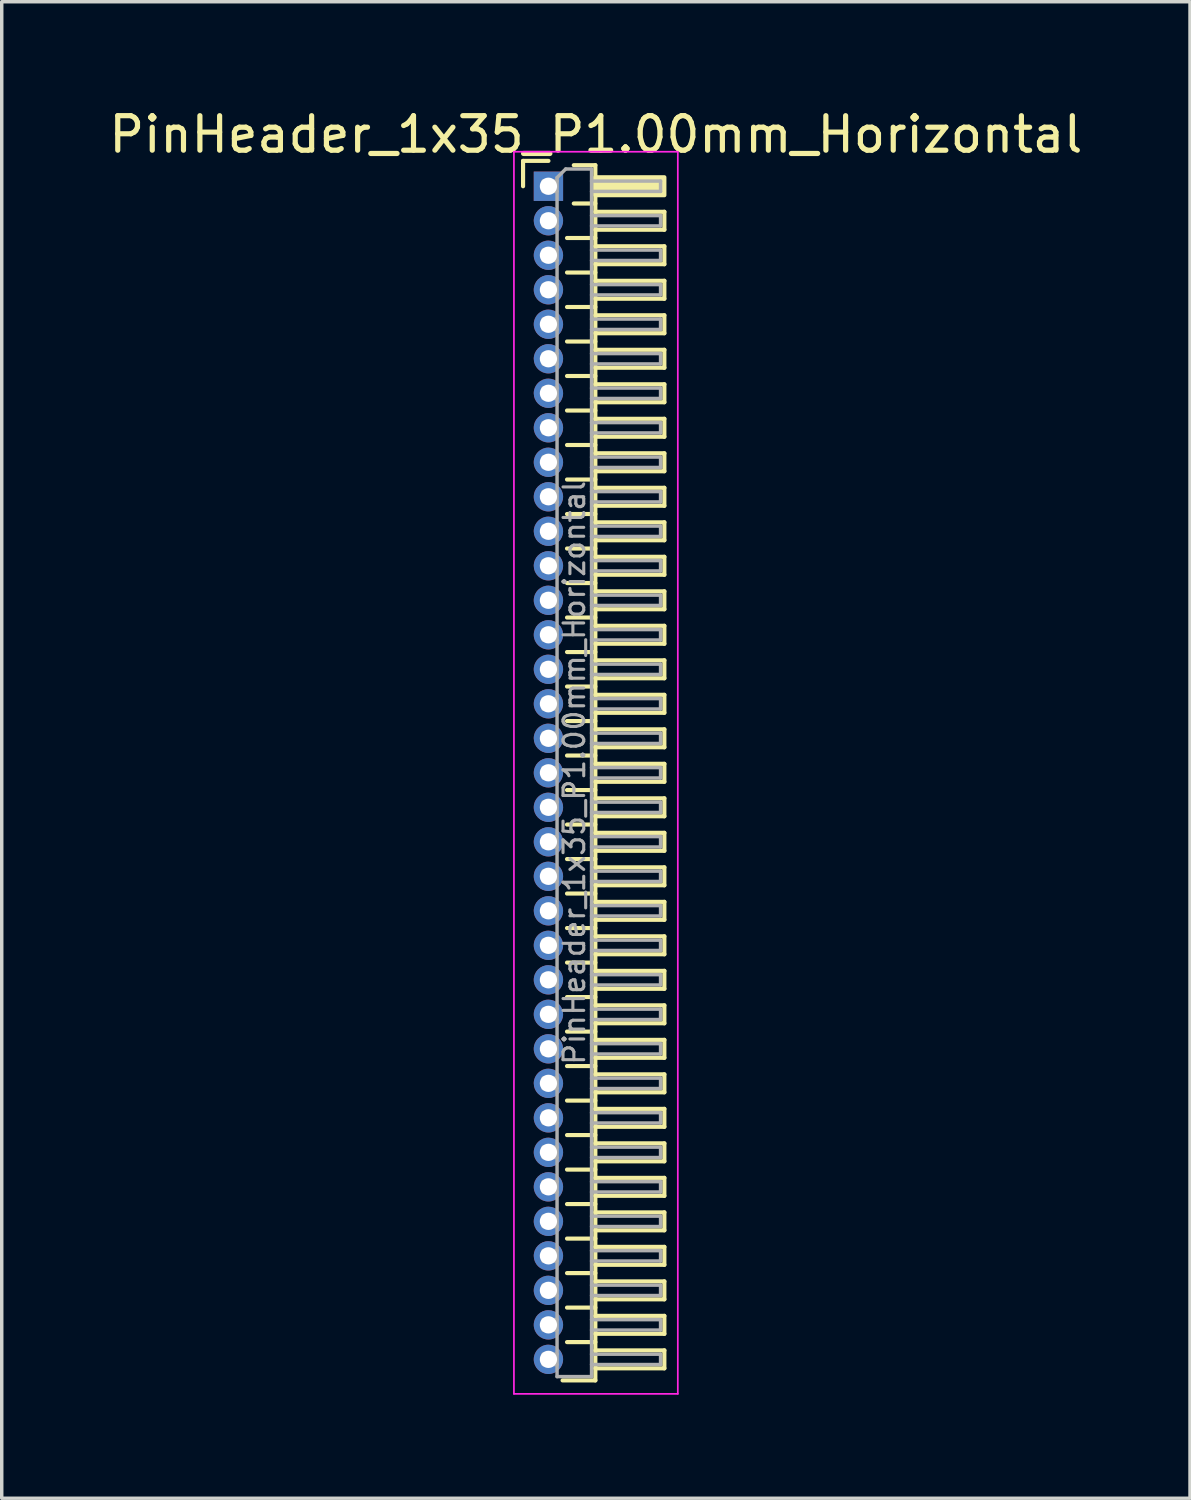
<source format=kicad_pcb>
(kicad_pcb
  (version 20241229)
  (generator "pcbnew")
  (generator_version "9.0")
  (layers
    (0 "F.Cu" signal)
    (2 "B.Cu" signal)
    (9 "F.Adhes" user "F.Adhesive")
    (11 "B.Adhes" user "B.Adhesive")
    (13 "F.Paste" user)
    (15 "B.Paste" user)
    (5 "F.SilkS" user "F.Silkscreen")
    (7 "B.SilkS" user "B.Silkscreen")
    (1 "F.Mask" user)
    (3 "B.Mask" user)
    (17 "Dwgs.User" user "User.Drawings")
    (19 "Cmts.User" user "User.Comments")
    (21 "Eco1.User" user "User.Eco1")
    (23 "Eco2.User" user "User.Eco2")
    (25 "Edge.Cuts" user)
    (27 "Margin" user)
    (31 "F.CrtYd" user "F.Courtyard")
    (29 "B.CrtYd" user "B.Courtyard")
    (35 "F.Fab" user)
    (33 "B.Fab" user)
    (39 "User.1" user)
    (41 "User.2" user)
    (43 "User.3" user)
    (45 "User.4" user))
  (footprint "PinHeader_1x35_P1.00mm_Horizontal"
    (layer "F.Cu")
    (at 12.845 2.348)
    (property "Reference" "PinHeader_1x35_P1.00mm_Horizontal" (at 1.375 -1.5 0) (layer "F.SilkS") (effects (font (size 1 1) (thickness 0.15))))
    (attr through_hole)
    (fp_line (start -0.735 -0.735) (end 0 -0.735) (stroke (width 0.12) (type solid)) (layer "F.SilkS"))
    (fp_line (start -0.735 0) (end -0.735 -0.735) (stroke (width 0.12) (type solid)) (layer "F.SilkS"))
    (fp_line (start 0.539 1.5) (end 1.36 1.5) (stroke (width 0.12) (type solid)) (layer "F.SilkS"))
    (fp_line (start 0.539 2.5) (end 1.36 2.5) (stroke (width 0.12) (type solid)) (layer "F.SilkS"))
    (fp_line (start 0.539 3.5) (end 1.36 3.5) (stroke (width 0.12) (type solid)) (layer "F.SilkS"))
    (fp_line (start 0.539 4.5) (end 1.36 4.5) (stroke (width 0.12) (type solid)) (layer "F.SilkS"))
    (fp_line (start 0.539 5.5) (end 1.36 5.5) (stroke (width 0.12) (type solid)) (layer "F.SilkS"))
    (fp_line (start 0.539 6.5) (end 1.36 6.5) (stroke (width 0.12) (type solid)) (layer "F.SilkS"))
    (fp_line (start 0.539 7.5) (end 1.36 7.5) (stroke (width 0.12) (type solid)) (layer "F.SilkS"))
    (fp_line (start 0.539 8.5) (end 1.36 8.5) (stroke (width 0.12) (type solid)) (layer "F.SilkS"))
    (fp_line (start 0.539 9.5) (end 1.36 9.5) (stroke (width 0.12) (type solid)) (layer "F.SilkS"))
    (fp_line (start 0.539 10.5) (end 1.36 10.5) (stroke (width 0.12) (type solid)) (layer "F.SilkS"))
    (fp_line (start 0.539 11.5) (end 1.36 11.5) (stroke (width 0.12) (type solid)) (layer "F.SilkS"))
    (fp_line (start 0.539 12.5) (end 1.36 12.5) (stroke (width 0.12) (type solid)) (layer "F.SilkS"))
    (fp_line (start 0.539 13.5) (end 1.36 13.5) (stroke (width 0.12) (type solid)) (layer "F.SilkS"))
    (fp_line (start 0.539 14.5) (end 1.36 14.5) (stroke (width 0.12) (type solid)) (layer "F.SilkS"))
    (fp_line (start 0.539 15.5) (end 1.36 15.5) (stroke (width 0.12) (type solid)) (layer "F.SilkS"))
    (fp_line (start 0.539 16.5) (end 1.36 16.5) (stroke (width 0.12) (type solid)) (layer "F.SilkS"))
    (fp_line (start 0.539 17.5) (end 1.36 17.5) (stroke (width 0.12) (type solid)) (layer "F.SilkS"))
    (fp_line (start 0.539 18.5) (end 1.36 18.5) (stroke (width 0.12) (type solid)) (layer "F.SilkS"))
    (fp_line (start 0.539 19.5) (end 1.36 19.5) (stroke (width 0.12) (type solid)) (layer "F.SilkS"))
    (fp_line (start 0.539 20.5) (end 1.36 20.5) (stroke (width 0.12) (type solid)) (layer "F.SilkS"))
    (fp_line (start 0.539 21.5) (end 1.36 21.5) (stroke (width 0.12) (type solid)) (layer "F.SilkS"))
    (fp_line (start 0.539 22.5) (end 1.36 22.5) (stroke (width 0.12) (type solid)) (layer "F.SilkS"))
    (fp_line (start 0.539 23.5) (end 1.36 23.5) (stroke (width 0.12) (type solid)) (layer "F.SilkS"))
    (fp_line (start 0.539 24.5) (end 1.36 24.5) (stroke (width 0.12) (type solid)) (layer "F.SilkS"))
    (fp_line (start 0.539 25.5) (end 1.36 25.5) (stroke (width 0.12) (type solid)) (layer "F.SilkS"))
    (fp_line (start 0.539 26.5) (end 1.36 26.5) (stroke (width 0.12) (type solid)) (layer "F.SilkS"))
    (fp_line (start 0.539 27.5) (end 1.36 27.5) (stroke (width 0.12) (type solid)) (layer "F.SilkS"))
    (fp_line (start 0.539 28.5) (end 1.36 28.5) (stroke (width 0.12) (type solid)) (layer "F.SilkS"))
    (fp_line (start 0.539 29.5) (end 1.36 29.5) (stroke (width 0.12) (type solid)) (layer "F.SilkS"))
    (fp_line (start 0.539 30.5) (end 1.36 30.5) (stroke (width 0.12) (type solid)) (layer "F.SilkS"))
    (fp_line (start 0.539 31.5) (end 1.36 31.5) (stroke (width 0.12) (type solid)) (layer "F.SilkS"))
    (fp_line (start 0.539 32.5) (end 1.36 32.5) (stroke (width 0.12) (type solid)) (layer "F.SilkS"))
    (fp_line (start 0.539 33.5) (end 1.36 33.5) (stroke (width 0.12) (type solid)) (layer "F.SilkS"))
    (fp_line (start 0.735 -0.61) (end 1.36 -0.61) (stroke (width 0.12) (type solid)) (layer "F.SilkS"))
    (fp_line (start 0.735 0.5) (end 1.36 0.5) (stroke (width 0.12) (type solid)) (layer "F.SilkS"))
    (fp_line (start 1.36 -0.61) (end 1.36 34.61) (stroke (width 0.12) (type solid)) (layer "F.SilkS"))
    (fp_line (start 1.36 0.74) (end 3.36 0.74) (stroke (width 0.12) (type solid)) (layer "F.SilkS"))
    (fp_line (start 1.36 1.74) (end 3.36 1.74) (stroke (width 0.12) (type solid)) (layer "F.SilkS"))
    (fp_line (start 1.36 2.74) (end 3.36 2.74) (stroke (width 0.12) (type solid)) (layer "F.SilkS"))
    (fp_line (start 1.36 3.74) (end 3.36 3.74) (stroke (width 0.12) (type solid)) (layer "F.SilkS"))
    (fp_line (start 1.36 4.74) (end 3.36 4.74) (stroke (width 0.12) (type solid)) (layer "F.SilkS"))
    (fp_line (start 1.36 5.74) (end 3.36 5.74) (stroke (width 0.12) (type solid)) (layer "F.SilkS"))
    (fp_line (start 1.36 6.74) (end 3.36 6.74) (stroke (width 0.12) (type solid)) (layer "F.SilkS"))
    (fp_line (start 1.36 7.74) (end 3.36 7.74) (stroke (width 0.12) (type solid)) (layer "F.SilkS"))
    (fp_line (start 1.36 8.74) (end 3.36 8.74) (stroke (width 0.12) (type solid)) (layer "F.SilkS"))
    (fp_line (start 1.36 9.74) (end 3.36 9.74) (stroke (width 0.12) (type solid)) (layer "F.SilkS"))
    (fp_line (start 1.36 10.74) (end 3.36 10.74) (stroke (width 0.12) (type solid)) (layer "F.SilkS"))
    (fp_line (start 1.36 11.74) (end 3.36 11.74) (stroke (width 0.12) (type solid)) (layer "F.SilkS"))
    (fp_line (start 1.36 12.74) (end 3.36 12.74) (stroke (width 0.12) (type solid)) (layer "F.SilkS"))
    (fp_line (start 1.36 13.74) (end 3.36 13.74) (stroke (width 0.12) (type solid)) (layer "F.SilkS"))
    (fp_line (start 1.36 14.74) (end 3.36 14.74) (stroke (width 0.12) (type solid)) (layer "F.SilkS"))
    (fp_line (start 1.36 15.74) (end 3.36 15.74) (stroke (width 0.12) (type solid)) (layer "F.SilkS"))
    (fp_line (start 1.36 16.74) (end 3.36 16.74) (stroke (width 0.12) (type solid)) (layer "F.SilkS"))
    (fp_line (start 1.36 17.74) (end 3.36 17.74) (stroke (width 0.12) (type solid)) (layer "F.SilkS"))
    (fp_line (start 1.36 18.74) (end 3.36 18.74) (stroke (width 0.12) (type solid)) (layer "F.SilkS"))
    (fp_line (start 1.36 19.74) (end 3.36 19.74) (stroke (width 0.12) (type solid)) (layer "F.SilkS"))
    (fp_line (start 1.36 20.74) (end 3.36 20.74) (stroke (width 0.12) (type solid)) (layer "F.SilkS"))
    (fp_line (start 1.36 21.74) (end 3.36 21.74) (stroke (width 0.12) (type solid)) (layer "F.SilkS"))
    (fp_line (start 1.36 22.74) (end 3.36 22.74) (stroke (width 0.12) (type solid)) (layer "F.SilkS"))
    (fp_line (start 1.36 23.74) (end 3.36 23.74) (stroke (width 0.12) (type solid)) (layer "F.SilkS"))
    (fp_line (start 1.36 24.74) (end 3.36 24.74) (stroke (width 0.12) (type solid)) (layer "F.SilkS"))
    (fp_line (start 1.36 25.74) (end 3.36 25.74) (stroke (width 0.12) (type solid)) (layer "F.SilkS"))
    (fp_line (start 1.36 26.74) (end 3.36 26.74) (stroke (width 0.12) (type solid)) (layer "F.SilkS"))
    (fp_line (start 1.36 27.74) (end 3.36 27.74) (stroke (width 0.12) (type solid)) (layer "F.SilkS"))
    (fp_line (start 1.36 28.74) (end 3.36 28.74) (stroke (width 0.12) (type solid)) (layer "F.SilkS"))
    (fp_line (start 1.36 29.74) (end 3.36 29.74) (stroke (width 0.12) (type solid)) (layer "F.SilkS"))
    (fp_line (start 1.36 30.74) (end 3.36 30.74) (stroke (width 0.12) (type solid)) (layer "F.SilkS"))
    (fp_line (start 1.36 31.74) (end 3.36 31.74) (stroke (width 0.12) (type solid)) (layer "F.SilkS"))
    (fp_line (start 1.36 32.74) (end 3.36 32.74) (stroke (width 0.12) (type solid)) (layer "F.SilkS"))
    (fp_line (start 1.36 33.74) (end 3.36 33.74) (stroke (width 0.12) (type solid)) (layer "F.SilkS"))
    (fp_line (start 1.36 34.61) (end 0.41 34.61) (stroke (width 0.12) (type solid)) (layer "F.SilkS"))
    (fp_line (start 3.36 0.74) (end 3.36 1.26) (stroke (width 0.12) (type solid)) (layer "F.SilkS"))
    (fp_line (start 3.36 1.26) (end 1.36 1.26) (stroke (width 0.12) (type solid)) (layer "F.SilkS"))
    (fp_line (start 3.36 1.74) (end 3.36 2.26) (stroke (width 0.12) (type solid)) (layer "F.SilkS"))
    (fp_line (start 3.36 2.26) (end 1.36 2.26) (stroke (width 0.12) (type solid)) (layer "F.SilkS"))
    (fp_line (start 3.36 2.74) (end 3.36 3.26) (stroke (width 0.12) (type solid)) (layer "F.SilkS"))
    (fp_line (start 3.36 3.26) (end 1.36 3.26) (stroke (width 0.12) (type solid)) (layer "F.SilkS"))
    (fp_line (start 3.36 3.74) (end 3.36 4.26) (stroke (width 0.12) (type solid)) (layer "F.SilkS"))
    (fp_line (start 3.36 4.26) (end 1.36 4.26) (stroke (width 0.12) (type solid)) (layer "F.SilkS"))
    (fp_line (start 3.36 4.74) (end 3.36 5.26) (stroke (width 0.12) (type solid)) (layer "F.SilkS"))
    (fp_line (start 3.36 5.26) (end 1.36 5.26) (stroke (width 0.12) (type solid)) (layer "F.SilkS"))
    (fp_line (start 3.36 5.74) (end 3.36 6.26) (stroke (width 0.12) (type solid)) (layer "F.SilkS"))
    (fp_line (start 3.36 6.26) (end 1.36 6.26) (stroke (width 0.12) (type solid)) (layer "F.SilkS"))
    (fp_line (start 3.36 6.74) (end 3.36 7.26) (stroke (width 0.12) (type solid)) (layer "F.SilkS"))
    (fp_line (start 3.36 7.26) (end 1.36 7.26) (stroke (width 0.12) (type solid)) (layer "F.SilkS"))
    (fp_line (start 3.36 7.74) (end 3.36 8.26) (stroke (width 0.12) (type solid)) (layer "F.SilkS"))
    (fp_line (start 3.36 8.26) (end 1.36 8.26) (stroke (width 0.12) (type solid)) (layer "F.SilkS"))
    (fp_line (start 3.36 8.74) (end 3.36 9.26) (stroke (width 0.12) (type solid)) (layer "F.SilkS"))
    (fp_line (start 3.36 9.26) (end 1.36 9.26) (stroke (width 0.12) (type solid)) (layer "F.SilkS"))
    (fp_line (start 3.36 9.74) (end 3.36 10.26) (stroke (width 0.12) (type solid)) (layer "F.SilkS"))
    (fp_line (start 3.36 10.26) (end 1.36 10.26) (stroke (width 0.12) (type solid)) (layer "F.SilkS"))
    (fp_line (start 3.36 10.74) (end 3.36 11.26) (stroke (width 0.12) (type solid)) (layer "F.SilkS"))
    (fp_line (start 3.36 11.26) (end 1.36 11.26) (stroke (width 0.12) (type solid)) (layer "F.SilkS"))
    (fp_line (start 3.36 11.74) (end 3.36 12.26) (stroke (width 0.12) (type solid)) (layer "F.SilkS"))
    (fp_line (start 3.36 12.26) (end 1.36 12.26) (stroke (width 0.12) (type solid)) (layer "F.SilkS"))
    (fp_line (start 3.36 12.74) (end 3.36 13.26) (stroke (width 0.12) (type solid)) (layer "F.SilkS"))
    (fp_line (start 3.36 13.26) (end 1.36 13.26) (stroke (width 0.12) (type solid)) (layer "F.SilkS"))
    (fp_line (start 3.36 13.74) (end 3.36 14.26) (stroke (width 0.12) (type solid)) (layer "F.SilkS"))
    (fp_line (start 3.36 14.26) (end 1.36 14.26) (stroke (width 0.12) (type solid)) (layer "F.SilkS"))
    (fp_line (start 3.36 14.74) (end 3.36 15.26) (stroke (width 0.12) (type solid)) (layer "F.SilkS"))
    (fp_line (start 3.36 15.26) (end 1.36 15.26) (stroke (width 0.12) (type solid)) (layer "F.SilkS"))
    (fp_line (start 3.36 15.74) (end 3.36 16.26) (stroke (width 0.12) (type solid)) (layer "F.SilkS"))
    (fp_line (start 3.36 16.26) (end 1.36 16.26) (stroke (width 0.12) (type solid)) (layer "F.SilkS"))
    (fp_line (start 3.36 16.74) (end 3.36 17.26) (stroke (width 0.12) (type solid)) (layer "F.SilkS"))
    (fp_line (start 3.36 17.26) (end 1.36 17.26) (stroke (width 0.12) (type solid)) (layer "F.SilkS"))
    (fp_line (start 3.36 17.74) (end 3.36 18.26) (stroke (width 0.12) (type solid)) (layer "F.SilkS"))
    (fp_line (start 3.36 18.26) (end 1.36 18.26) (stroke (width 0.12) (type solid)) (layer "F.SilkS"))
    (fp_line (start 3.36 18.74) (end 3.36 19.26) (stroke (width 0.12) (type solid)) (layer "F.SilkS"))
    (fp_line (start 3.36 19.26) (end 1.36 19.26) (stroke (width 0.12) (type solid)) (layer "F.SilkS"))
    (fp_line (start 3.36 19.74) (end 3.36 20.26) (stroke (width 0.12) (type solid)) (layer "F.SilkS"))
    (fp_line (start 3.36 20.26) (end 1.36 20.26) (stroke (width 0.12) (type solid)) (layer "F.SilkS"))
    (fp_line (start 3.36 20.74) (end 3.36 21.26) (stroke (width 0.12) (type solid)) (layer "F.SilkS"))
    (fp_line (start 3.36 21.26) (end 1.36 21.26) (stroke (width 0.12) (type solid)) (layer "F.SilkS"))
    (fp_line (start 3.36 21.74) (end 3.36 22.26) (stroke (width 0.12) (type solid)) (layer "F.SilkS"))
    (fp_line (start 3.36 22.26) (end 1.36 22.26) (stroke (width 0.12) (type solid)) (layer "F.SilkS"))
    (fp_line (start 3.36 22.74) (end 3.36 23.26) (stroke (width 0.12) (type solid)) (layer "F.SilkS"))
    (fp_line (start 3.36 23.26) (end 1.36 23.26) (stroke (width 0.12) (type solid)) (layer "F.SilkS"))
    (fp_line (start 3.36 23.74) (end 3.36 24.26) (stroke (width 0.12) (type solid)) (layer "F.SilkS"))
    (fp_line (start 3.36 24.26) (end 1.36 24.26) (stroke (width 0.12) (type solid)) (layer "F.SilkS"))
    (fp_line (start 3.36 24.74) (end 3.36 25.26) (stroke (width 0.12) (type solid)) (layer "F.SilkS"))
    (fp_line (start 3.36 25.26) (end 1.36 25.26) (stroke (width 0.12) (type solid)) (layer "F.SilkS"))
    (fp_line (start 3.36 25.74) (end 3.36 26.26) (stroke (width 0.12) (type solid)) (layer "F.SilkS"))
    (fp_line (start 3.36 26.26) (end 1.36 26.26) (stroke (width 0.12) (type solid)) (layer "F.SilkS"))
    (fp_line (start 3.36 26.74) (end 3.36 27.26) (stroke (width 0.12) (type solid)) (layer "F.SilkS"))
    (fp_line (start 3.36 27.26) (end 1.36 27.26) (stroke (width 0.12) (type solid)) (layer "F.SilkS"))
    (fp_line (start 3.36 27.74) (end 3.36 28.26) (stroke (width 0.12) (type solid)) (layer "F.SilkS"))
    (fp_line (start 3.36 28.26) (end 1.36 28.26) (stroke (width 0.12) (type solid)) (layer "F.SilkS"))
    (fp_line (start 3.36 28.74) (end 3.36 29.26) (stroke (width 0.12) (type solid)) (layer "F.SilkS"))
    (fp_line (start 3.36 29.26) (end 1.36 29.26) (stroke (width 0.12) (type solid)) (layer "F.SilkS"))
    (fp_line (start 3.36 29.74) (end 3.36 30.26) (stroke (width 0.12) (type solid)) (layer "F.SilkS"))
    (fp_line (start 3.36 30.26) (end 1.36 30.26) (stroke (width 0.12) (type solid)) (layer "F.SilkS"))
    (fp_line (start 3.36 30.74) (end 3.36 31.26) (stroke (width 0.12) (type solid)) (layer "F.SilkS"))
    (fp_line (start 3.36 31.26) (end 1.36 31.26) (stroke (width 0.12) (type solid)) (layer "F.SilkS"))
    (fp_line (start 3.36 31.74) (end 3.36 32.26) (stroke (width 0.12) (type solid)) (layer "F.SilkS"))
    (fp_line (start 3.36 32.26) (end 1.36 32.26) (stroke (width 0.12) (type solid)) (layer "F.SilkS"))
    (fp_line (start 3.36 32.74) (end 3.36 33.26) (stroke (width 0.12) (type solid)) (layer "F.SilkS"))
    (fp_line (start 3.36 33.26) (end 1.36 33.26) (stroke (width 0.12) (type solid)) (layer "F.SilkS"))
    (fp_line (start 3.36 33.74) (end 3.36 34.26) (stroke (width 0.12) (type solid)) (layer "F.SilkS"))
    (fp_line (start 3.36 34.26) (end 1.36 34.26) (stroke (width 0.12) (type solid)) (layer "F.SilkS"))
    (fp_rect (start 1.36 -0.26) (end 3.36 0.26) (stroke (width 0.12) (type solid)) (fill yes) (layer "F.SilkS"))
    (fp_line (start -1 -1) (end -1 35) (stroke (width 0.05) (type solid)) (layer "F.CrtYd"))
    (fp_line (start -1 35) (end 3.75 35) (stroke (width 0.05) (type solid)) (layer "F.CrtYd"))
    (fp_line (start 3.75 -1) (end -1 -1) (stroke (width 0.05) (type solid)) (layer "F.CrtYd"))
    (fp_line (start 3.75 35) (end 3.75 -1) (stroke (width 0.05) (type solid)) (layer "F.CrtYd"))
    (fp_line (start -0.15 -0.15) (end -0.15 0.15) (stroke (width 0.1) (type solid)) (layer "F.Fab"))
    (fp_line (start -0.15 -0.15) (end 0.25 -0.15) (stroke (width 0.1) (type solid)) (layer "F.Fab"))
    (fp_line (start -0.15 0.15) (end 0.25 0.15) (stroke (width 0.1) (type solid)) (layer "F.Fab"))
    (fp_line (start -0.15 0.85) (end -0.15 1.15) (stroke (width 0.1) (type solid)) (layer "F.Fab"))
    (fp_line (start -0.15 0.85) (end 0.25 0.85) (stroke (width 0.1) (type solid)) (layer "F.Fab"))
    (fp_line (start -0.15 1.15) (end 0.25 1.15) (stroke (width 0.1) (type solid)) (layer "F.Fab"))
    (fp_line (start -0.15 1.85) (end -0.15 2.15) (stroke (width 0.1) (type solid)) (layer "F.Fab"))
    (fp_line (start -0.15 1.85) (end 0.25 1.85) (stroke (width 0.1) (type solid)) (layer "F.Fab"))
    (fp_line (start -0.15 2.15) (end 0.25 2.15) (stroke (width 0.1) (type solid)) (layer "F.Fab"))
    (fp_line (start -0.15 2.85) (end -0.15 3.15) (stroke (width 0.1) (type solid)) (layer "F.Fab"))
    (fp_line (start -0.15 2.85) (end 0.25 2.85) (stroke (width 0.1) (type solid)) (layer "F.Fab"))
    (fp_line (start -0.15 3.15) (end 0.25 3.15) (stroke (width 0.1) (type solid)) (layer "F.Fab"))
    (fp_line (start -0.15 3.85) (end -0.15 4.15) (stroke (width 0.1) (type solid)) (layer "F.Fab"))
    (fp_line (start -0.15 3.85) (end 0.25 3.85) (stroke (width 0.1) (type solid)) (layer "F.Fab"))
    (fp_line (start -0.15 4.15) (end 0.25 4.15) (stroke (width 0.1) (type solid)) (layer "F.Fab"))
    (fp_line (start -0.15 4.85) (end -0.15 5.15) (stroke (width 0.1) (type solid)) (layer "F.Fab"))
    (fp_line (start -0.15 4.85) (end 0.25 4.85) (stroke (width 0.1) (type solid)) (layer "F.Fab"))
    (fp_line (start -0.15 5.15) (end 0.25 5.15) (stroke (width 0.1) (type solid)) (layer "F.Fab"))
    (fp_line (start -0.15 5.85) (end -0.15 6.15) (stroke (width 0.1) (type solid)) (layer "F.Fab"))
    (fp_line (start -0.15 5.85) (end 0.25 5.85) (stroke (width 0.1) (type solid)) (layer "F.Fab"))
    (fp_line (start -0.15 6.15) (end 0.25 6.15) (stroke (width 0.1) (type solid)) (layer "F.Fab"))
    (fp_line (start -0.15 6.85) (end -0.15 7.15) (stroke (width 0.1) (type solid)) (layer "F.Fab"))
    (fp_line (start -0.15 6.85) (end 0.25 6.85) (stroke (width 0.1) (type solid)) (layer "F.Fab"))
    (fp_line (start -0.15 7.15) (end 0.25 7.15) (stroke (width 0.1) (type solid)) (layer "F.Fab"))
    (fp_line (start -0.15 7.85) (end -0.15 8.15) (stroke (width 0.1) (type solid)) (layer "F.Fab"))
    (fp_line (start -0.15 7.85) (end 0.25 7.85) (stroke (width 0.1) (type solid)) (layer "F.Fab"))
    (fp_line (start -0.15 8.15) (end 0.25 8.15) (stroke (width 0.1) (type solid)) (layer "F.Fab"))
    (fp_line (start -0.15 8.85) (end -0.15 9.15) (stroke (width 0.1) (type solid)) (layer "F.Fab"))
    (fp_line (start -0.15 8.85) (end 0.25 8.85) (stroke (width 0.1) (type solid)) (layer "F.Fab"))
    (fp_line (start -0.15 9.15) (end 0.25 9.15) (stroke (width 0.1) (type solid)) (layer "F.Fab"))
    (fp_line (start -0.15 9.85) (end -0.15 10.15) (stroke (width 0.1) (type solid)) (layer "F.Fab"))
    (fp_line (start -0.15 9.85) (end 0.25 9.85) (stroke (width 0.1) (type solid)) (layer "F.Fab"))
    (fp_line (start -0.15 10.15) (end 0.25 10.15) (stroke (width 0.1) (type solid)) (layer "F.Fab"))
    (fp_line (start -0.15 10.85) (end -0.15 11.15) (stroke (width 0.1) (type solid)) (layer "F.Fab"))
    (fp_line (start -0.15 10.85) (end 0.25 10.85) (stroke (width 0.1) (type solid)) (layer "F.Fab"))
    (fp_line (start -0.15 11.15) (end 0.25 11.15) (stroke (width 0.1) (type solid)) (layer "F.Fab"))
    (fp_line (start -0.15 11.85) (end -0.15 12.15) (stroke (width 0.1) (type solid)) (layer "F.Fab"))
    (fp_line (start -0.15 11.85) (end 0.25 11.85) (stroke (width 0.1) (type solid)) (layer "F.Fab"))
    (fp_line (start -0.15 12.15) (end 0.25 12.15) (stroke (width 0.1) (type solid)) (layer "F.Fab"))
    (fp_line (start -0.15 12.85) (end -0.15 13.15) (stroke (width 0.1) (type solid)) (layer "F.Fab"))
    (fp_line (start -0.15 12.85) (end 0.25 12.85) (stroke (width 0.1) (type solid)) (layer "F.Fab"))
    (fp_line (start -0.15 13.15) (end 0.25 13.15) (stroke (width 0.1) (type solid)) (layer "F.Fab"))
    (fp_line (start -0.15 13.85) (end -0.15 14.15) (stroke (width 0.1) (type solid)) (layer "F.Fab"))
    (fp_line (start -0.15 13.85) (end 0.25 13.85) (stroke (width 0.1) (type solid)) (layer "F.Fab"))
    (fp_line (start -0.15 14.15) (end 0.25 14.15) (stroke (width 0.1) (type solid)) (layer "F.Fab"))
    (fp_line (start -0.15 14.85) (end -0.15 15.15) (stroke (width 0.1) (type solid)) (layer "F.Fab"))
    (fp_line (start -0.15 14.85) (end 0.25 14.85) (stroke (width 0.1) (type solid)) (layer "F.Fab"))
    (fp_line (start -0.15 15.15) (end 0.25 15.15) (stroke (width 0.1) (type solid)) (layer "F.Fab"))
    (fp_line (start -0.15 15.85) (end -0.15 16.15) (stroke (width 0.1) (type solid)) (layer "F.Fab"))
    (fp_line (start -0.15 15.85) (end 0.25 15.85) (stroke (width 0.1) (type solid)) (layer "F.Fab"))
    (fp_line (start -0.15 16.15) (end 0.25 16.15) (stroke (width 0.1) (type solid)) (layer "F.Fab"))
    (fp_line (start -0.15 16.85) (end -0.15 17.15) (stroke (width 0.1) (type solid)) (layer "F.Fab"))
    (fp_line (start -0.15 16.85) (end 0.25 16.85) (stroke (width 0.1) (type solid)) (layer "F.Fab"))
    (fp_line (start -0.15 17.15) (end 0.25 17.15) (stroke (width 0.1) (type solid)) (layer "F.Fab"))
    (fp_line (start -0.15 17.85) (end -0.15 18.15) (stroke (width 0.1) (type solid)) (layer "F.Fab"))
    (fp_line (start -0.15 17.85) (end 0.25 17.85) (stroke (width 0.1) (type solid)) (layer "F.Fab"))
    (fp_line (start -0.15 18.15) (end 0.25 18.15) (stroke (width 0.1) (type solid)) (layer "F.Fab"))
    (fp_line (start -0.15 18.85) (end -0.15 19.15) (stroke (width 0.1) (type solid)) (layer "F.Fab"))
    (fp_line (start -0.15 18.85) (end 0.25 18.85) (stroke (width 0.1) (type solid)) (layer "F.Fab"))
    (fp_line (start -0.15 19.15) (end 0.25 19.15) (stroke (width 0.1) (type solid)) (layer "F.Fab"))
    (fp_line (start -0.15 19.85) (end -0.15 20.15) (stroke (width 0.1) (type solid)) (layer "F.Fab"))
    (fp_line (start -0.15 19.85) (end 0.25 19.85) (stroke (width 0.1) (type solid)) (layer "F.Fab"))
    (fp_line (start -0.15 20.15) (end 0.25 20.15) (stroke (width 0.1) (type solid)) (layer "F.Fab"))
    (fp_line (start -0.15 20.85) (end -0.15 21.15) (stroke (width 0.1) (type solid)) (layer "F.Fab"))
    (fp_line (start -0.15 20.85) (end 0.25 20.85) (stroke (width 0.1) (type solid)) (layer "F.Fab"))
    (fp_line (start -0.15 21.15) (end 0.25 21.15) (stroke (width 0.1) (type solid)) (layer "F.Fab"))
    (fp_line (start -0.15 21.85) (end -0.15 22.15) (stroke (width 0.1) (type solid)) (layer "F.Fab"))
    (fp_line (start -0.15 21.85) (end 0.25 21.85) (stroke (width 0.1) (type solid)) (layer "F.Fab"))
    (fp_line (start -0.15 22.15) (end 0.25 22.15) (stroke (width 0.1) (type solid)) (layer "F.Fab"))
    (fp_line (start -0.15 22.85) (end -0.15 23.15) (stroke (width 0.1) (type solid)) (layer "F.Fab"))
    (fp_line (start -0.15 22.85) (end 0.25 22.85) (stroke (width 0.1) (type solid)) (layer "F.Fab"))
    (fp_line (start -0.15 23.15) (end 0.25 23.15) (stroke (width 0.1) (type solid)) (layer "F.Fab"))
    (fp_line (start -0.15 23.85) (end -0.15 24.15) (stroke (width 0.1) (type solid)) (layer "F.Fab"))
    (fp_line (start -0.15 23.85) (end 0.25 23.85) (stroke (width 0.1) (type solid)) (layer "F.Fab"))
    (fp_line (start -0.15 24.15) (end 0.25 24.15) (stroke (width 0.1) (type solid)) (layer "F.Fab"))
    (fp_line (start -0.15 24.85) (end -0.15 25.15) (stroke (width 0.1) (type solid)) (layer "F.Fab"))
    (fp_line (start -0.15 24.85) (end 0.25 24.85) (stroke (width 0.1) (type solid)) (layer "F.Fab"))
    (fp_line (start -0.15 25.15) (end 0.25 25.15) (stroke (width 0.1) (type solid)) (layer "F.Fab"))
    (fp_line (start -0.15 25.85) (end -0.15 26.15) (stroke (width 0.1) (type solid)) (layer "F.Fab"))
    (fp_line (start -0.15 25.85) (end 0.25 25.85) (stroke (width 0.1) (type solid)) (layer "F.Fab"))
    (fp_line (start -0.15 26.15) (end 0.25 26.15) (stroke (width 0.1) (type solid)) (layer "F.Fab"))
    (fp_line (start -0.15 26.85) (end -0.15 27.15) (stroke (width 0.1) (type solid)) (layer "F.Fab"))
    (fp_line (start -0.15 26.85) (end 0.25 26.85) (stroke (width 0.1) (type solid)) (layer "F.Fab"))
    (fp_line (start -0.15 27.15) (end 0.25 27.15) (stroke (width 0.1) (type solid)) (layer "F.Fab"))
    (fp_line (start -0.15 27.85) (end -0.15 28.15) (stroke (width 0.1) (type solid)) (layer "F.Fab"))
    (fp_line (start -0.15 27.85) (end 0.25 27.85) (stroke (width 0.1) (type solid)) (layer "F.Fab"))
    (fp_line (start -0.15 28.15) (end 0.25 28.15) (stroke (width 0.1) (type solid)) (layer "F.Fab"))
    (fp_line (start -0.15 28.85) (end -0.15 29.15) (stroke (width 0.1) (type solid)) (layer "F.Fab"))
    (fp_line (start -0.15 28.85) (end 0.25 28.85) (stroke (width 0.1) (type solid)) (layer "F.Fab"))
    (fp_line (start -0.15 29.15) (end 0.25 29.15) (stroke (width 0.1) (type solid)) (layer "F.Fab"))
    (fp_line (start -0.15 29.85) (end -0.15 30.15) (stroke (width 0.1) (type solid)) (layer "F.Fab"))
    (fp_line (start -0.15 29.85) (end 0.25 29.85) (stroke (width 0.1) (type solid)) (layer "F.Fab"))
    (fp_line (start -0.15 30.15) (end 0.25 30.15) (stroke (width 0.1) (type solid)) (layer "F.Fab"))
    (fp_line (start -0.15 30.85) (end -0.15 31.15) (stroke (width 0.1) (type solid)) (layer "F.Fab"))
    (fp_line (start -0.15 30.85) (end 0.25 30.85) (stroke (width 0.1) (type solid)) (layer "F.Fab"))
    (fp_line (start -0.15 31.15) (end 0.25 31.15) (stroke (width 0.1) (type solid)) (layer "F.Fab"))
    (fp_line (start -0.15 31.85) (end -0.15 32.15) (stroke (width 0.1) (type solid)) (layer "F.Fab"))
    (fp_line (start -0.15 31.85) (end 0.25 31.85) (stroke (width 0.1) (type solid)) (layer "F.Fab"))
    (fp_line (start -0.15 32.15) (end 0.25 32.15) (stroke (width 0.1) (type solid)) (layer "F.Fab"))
    (fp_line (start -0.15 32.85) (end -0.15 33.15) (stroke (width 0.1) (type solid)) (layer "F.Fab"))
    (fp_line (start -0.15 32.85) (end 0.25 32.85) (stroke (width 0.1) (type solid)) (layer "F.Fab"))
    (fp_line (start -0.15 33.15) (end 0.25 33.15) (stroke (width 0.1) (type solid)) (layer "F.Fab"))
    (fp_line (start -0.15 33.85) (end -0.15 34.15) (stroke (width 0.1) (type solid)) (layer "F.Fab"))
    (fp_line (start -0.15 33.85) (end 0.25 33.85) (stroke (width 0.1) (type solid)) (layer "F.Fab"))
    (fp_line (start -0.15 34.15) (end 0.25 34.15) (stroke (width 0.1) (type solid)) (layer "F.Fab"))
    (fp_line (start 0.25 -0.25) (end 0.5 -0.5) (stroke (width 0.1) (type solid)) (layer "F.Fab"))
    (fp_line (start 0.25 34.5) (end 0.25 -0.25) (stroke (width 0.1) (type solid)) (layer "F.Fab"))
    (fp_line (start 0.5 -0.5) (end 1.25 -0.5) (stroke (width 0.1) (type solid)) (layer "F.Fab"))
    (fp_line (start 1.25 -0.5) (end 1.25 34.5) (stroke (width 0.1) (type solid)) (layer "F.Fab"))
    (fp_line (start 1.25 -0.15) (end 3.25 -0.15) (stroke (width 0.1) (type solid)) (layer "F.Fab"))
    (fp_line (start 1.25 0.15) (end 3.25 0.15) (stroke (width 0.1) (type solid)) (layer "F.Fab"))
    (fp_line (start 1.25 0.85) (end 3.25 0.85) (stroke (width 0.1) (type solid)) (layer "F.Fab"))
    (fp_line (start 1.25 1.15) (end 3.25 1.15) (stroke (width 0.1) (type solid)) (layer "F.Fab"))
    (fp_line (start 1.25 1.85) (end 3.25 1.85) (stroke (width 0.1) (type solid)) (layer "F.Fab"))
    (fp_line (start 1.25 2.15) (end 3.25 2.15) (stroke (width 0.1) (type solid)) (layer "F.Fab"))
    (fp_line (start 1.25 2.85) (end 3.25 2.85) (stroke (width 0.1) (type solid)) (layer "F.Fab"))
    (fp_line (start 1.25 3.15) (end 3.25 3.15) (stroke (width 0.1) (type solid)) (layer "F.Fab"))
    (fp_line (start 1.25 3.85) (end 3.25 3.85) (stroke (width 0.1) (type solid)) (layer "F.Fab"))
    (fp_line (start 1.25 4.15) (end 3.25 4.15) (stroke (width 0.1) (type solid)) (layer "F.Fab"))
    (fp_line (start 1.25 4.85) (end 3.25 4.85) (stroke (width 0.1) (type solid)) (layer "F.Fab"))
    (fp_line (start 1.25 5.15) (end 3.25 5.15) (stroke (width 0.1) (type solid)) (layer "F.Fab"))
    (fp_line (start 1.25 5.85) (end 3.25 5.85) (stroke (width 0.1) (type solid)) (layer "F.Fab"))
    (fp_line (start 1.25 6.15) (end 3.25 6.15) (stroke (width 0.1) (type solid)) (layer "F.Fab"))
    (fp_line (start 1.25 6.85) (end 3.25 6.85) (stroke (width 0.1) (type solid)) (layer "F.Fab"))
    (fp_line (start 1.25 7.15) (end 3.25 7.15) (stroke (width 0.1) (type solid)) (layer "F.Fab"))
    (fp_line (start 1.25 7.85) (end 3.25 7.85) (stroke (width 0.1) (type solid)) (layer "F.Fab"))
    (fp_line (start 1.25 8.15) (end 3.25 8.15) (stroke (width 0.1) (type solid)) (layer "F.Fab"))
    (fp_line (start 1.25 8.85) (end 3.25 8.85) (stroke (width 0.1) (type solid)) (layer "F.Fab"))
    (fp_line (start 1.25 9.15) (end 3.25 9.15) (stroke (width 0.1) (type solid)) (layer "F.Fab"))
    (fp_line (start 1.25 9.85) (end 3.25 9.85) (stroke (width 0.1) (type solid)) (layer "F.Fab"))
    (fp_line (start 1.25 10.15) (end 3.25 10.15) (stroke (width 0.1) (type solid)) (layer "F.Fab"))
    (fp_line (start 1.25 10.85) (end 3.25 10.85) (stroke (width 0.1) (type solid)) (layer "F.Fab"))
    (fp_line (start 1.25 11.15) (end 3.25 11.15) (stroke (width 0.1) (type solid)) (layer "F.Fab"))
    (fp_line (start 1.25 11.85) (end 3.25 11.85) (stroke (width 0.1) (type solid)) (layer "F.Fab"))
    (fp_line (start 1.25 12.15) (end 3.25 12.15) (stroke (width 0.1) (type solid)) (layer "F.Fab"))
    (fp_line (start 1.25 12.85) (end 3.25 12.85) (stroke (width 0.1) (type solid)) (layer "F.Fab"))
    (fp_line (start 1.25 13.15) (end 3.25 13.15) (stroke (width 0.1) (type solid)) (layer "F.Fab"))
    (fp_line (start 1.25 13.85) (end 3.25 13.85) (stroke (width 0.1) (type solid)) (layer "F.Fab"))
    (fp_line (start 1.25 14.15) (end 3.25 14.15) (stroke (width 0.1) (type solid)) (layer "F.Fab"))
    (fp_line (start 1.25 14.85) (end 3.25 14.85) (stroke (width 0.1) (type solid)) (layer "F.Fab"))
    (fp_line (start 1.25 15.15) (end 3.25 15.15) (stroke (width 0.1) (type solid)) (layer "F.Fab"))
    (fp_line (start 1.25 15.85) (end 3.25 15.85) (stroke (width 0.1) (type solid)) (layer "F.Fab"))
    (fp_line (start 1.25 16.15) (end 3.25 16.15) (stroke (width 0.1) (type solid)) (layer "F.Fab"))
    (fp_line (start 1.25 16.85) (end 3.25 16.85) (stroke (width 0.1) (type solid)) (layer "F.Fab"))
    (fp_line (start 1.25 17.15) (end 3.25 17.15) (stroke (width 0.1) (type solid)) (layer "F.Fab"))
    (fp_line (start 1.25 17.85) (end 3.25 17.85) (stroke (width 0.1) (type solid)) (layer "F.Fab"))
    (fp_line (start 1.25 18.15) (end 3.25 18.15) (stroke (width 0.1) (type solid)) (layer "F.Fab"))
    (fp_line (start 1.25 18.85) (end 3.25 18.85) (stroke (width 0.1) (type solid)) (layer "F.Fab"))
    (fp_line (start 1.25 19.15) (end 3.25 19.15) (stroke (width 0.1) (type solid)) (layer "F.Fab"))
    (fp_line (start 1.25 19.85) (end 3.25 19.85) (stroke (width 0.1) (type solid)) (layer "F.Fab"))
    (fp_line (start 1.25 20.15) (end 3.25 20.15) (stroke (width 0.1) (type solid)) (layer "F.Fab"))
    (fp_line (start 1.25 20.85) (end 3.25 20.85) (stroke (width 0.1) (type solid)) (layer "F.Fab"))
    (fp_line (start 1.25 21.15) (end 3.25 21.15) (stroke (width 0.1) (type solid)) (layer "F.Fab"))
    (fp_line (start 1.25 21.85) (end 3.25 21.85) (stroke (width 0.1) (type solid)) (layer "F.Fab"))
    (fp_line (start 1.25 22.15) (end 3.25 22.15) (stroke (width 0.1) (type solid)) (layer "F.Fab"))
    (fp_line (start 1.25 22.85) (end 3.25 22.85) (stroke (width 0.1) (type solid)) (layer "F.Fab"))
    (fp_line (start 1.25 23.15) (end 3.25 23.15) (stroke (width 0.1) (type solid)) (layer "F.Fab"))
    (fp_line (start 1.25 23.85) (end 3.25 23.85) (stroke (width 0.1) (type solid)) (layer "F.Fab"))
    (fp_line (start 1.25 24.15) (end 3.25 24.15) (stroke (width 0.1) (type solid)) (layer "F.Fab"))
    (fp_line (start 1.25 24.85) (end 3.25 24.85) (stroke (width 0.1) (type solid)) (layer "F.Fab"))
    (fp_line (start 1.25 25.15) (end 3.25 25.15) (stroke (width 0.1) (type solid)) (layer "F.Fab"))
    (fp_line (start 1.25 25.85) (end 3.25 25.85) (stroke (width 0.1) (type solid)) (layer "F.Fab"))
    (fp_line (start 1.25 26.15) (end 3.25 26.15) (stroke (width 0.1) (type solid)) (layer "F.Fab"))
    (fp_line (start 1.25 26.85) (end 3.25 26.85) (stroke (width 0.1) (type solid)) (layer "F.Fab"))
    (fp_line (start 1.25 27.15) (end 3.25 27.15) (stroke (width 0.1) (type solid)) (layer "F.Fab"))
    (fp_line (start 1.25 27.85) (end 3.25 27.85) (stroke (width 0.1) (type solid)) (layer "F.Fab"))
    (fp_line (start 1.25 28.15) (end 3.25 28.15) (stroke (width 0.1) (type solid)) (layer "F.Fab"))
    (fp_line (start 1.25 28.85) (end 3.25 28.85) (stroke (width 0.1) (type solid)) (layer "F.Fab"))
    (fp_line (start 1.25 29.15) (end 3.25 29.15) (stroke (width 0.1) (type solid)) (layer "F.Fab"))
    (fp_line (start 1.25 29.85) (end 3.25 29.85) (stroke (width 0.1) (type solid)) (layer "F.Fab"))
    (fp_line (start 1.25 30.15) (end 3.25 30.15) (stroke (width 0.1) (type solid)) (layer "F.Fab"))
    (fp_line (start 1.25 30.85) (end 3.25 30.85) (stroke (width 0.1) (type solid)) (layer "F.Fab"))
    (fp_line (start 1.25 31.15) (end 3.25 31.15) (stroke (width 0.1) (type solid)) (layer "F.Fab"))
    (fp_line (start 1.25 31.85) (end 3.25 31.85) (stroke (width 0.1) (type solid)) (layer "F.Fab"))
    (fp_line (start 1.25 32.15) (end 3.25 32.15) (stroke (width 0.1) (type solid)) (layer "F.Fab"))
    (fp_line (start 1.25 32.85) (end 3.25 32.85) (stroke (width 0.1) (type solid)) (layer "F.Fab"))
    (fp_line (start 1.25 33.15) (end 3.25 33.15) (stroke (width 0.1) (type solid)) (layer "F.Fab"))
    (fp_line (start 1.25 33.85) (end 3.25 33.85) (stroke (width 0.1) (type solid)) (layer "F.Fab"))
    (fp_line (start 1.25 34.15) (end 3.25 34.15) (stroke (width 0.1) (type solid)) (layer "F.Fab"))
    (fp_line (start 1.25 34.5) (end 0.25 34.5) (stroke (width 0.1) (type solid)) (layer "F.Fab"))
    (fp_line (start 3.25 -0.15) (end 3.25 0.15) (stroke (width 0.1) (type solid)) (layer "F.Fab"))
    (fp_line (start 3.25 0.85) (end 3.25 1.15) (stroke (width 0.1) (type solid)) (layer "F.Fab"))
    (fp_line (start 3.25 1.85) (end 3.25 2.15) (stroke (width 0.1) (type solid)) (layer "F.Fab"))
    (fp_line (start 3.25 2.85) (end 3.25 3.15) (stroke (width 0.1) (type solid)) (layer "F.Fab"))
    (fp_line (start 3.25 3.85) (end 3.25 4.15) (stroke (width 0.1) (type solid)) (layer "F.Fab"))
    (fp_line (start 3.25 4.85) (end 3.25 5.15) (stroke (width 0.1) (type solid)) (layer "F.Fab"))
    (fp_line (start 3.25 5.85) (end 3.25 6.15) (stroke (width 0.1) (type solid)) (layer "F.Fab"))
    (fp_line (start 3.25 6.85) (end 3.25 7.15) (stroke (width 0.1) (type solid)) (layer "F.Fab"))
    (fp_line (start 3.25 7.85) (end 3.25 8.15) (stroke (width 0.1) (type solid)) (layer "F.Fab"))
    (fp_line (start 3.25 8.85) (end 3.25 9.15) (stroke (width 0.1) (type solid)) (layer "F.Fab"))
    (fp_line (start 3.25 9.85) (end 3.25 10.15) (stroke (width 0.1) (type solid)) (layer "F.Fab"))
    (fp_line (start 3.25 10.85) (end 3.25 11.15) (stroke (width 0.1) (type solid)) (layer "F.Fab"))
    (fp_line (start 3.25 11.85) (end 3.25 12.15) (stroke (width 0.1) (type solid)) (layer "F.Fab"))
    (fp_line (start 3.25 12.85) (end 3.25 13.15) (stroke (width 0.1) (type solid)) (layer "F.Fab"))
    (fp_line (start 3.25 13.85) (end 3.25 14.15) (stroke (width 0.1) (type solid)) (layer "F.Fab"))
    (fp_line (start 3.25 14.85) (end 3.25 15.15) (stroke (width 0.1) (type solid)) (layer "F.Fab"))
    (fp_line (start 3.25 15.85) (end 3.25 16.15) (stroke (width 0.1) (type solid)) (layer "F.Fab"))
    (fp_line (start 3.25 16.85) (end 3.25 17.15) (stroke (width 0.1) (type solid)) (layer "F.Fab"))
    (fp_line (start 3.25 17.85) (end 3.25 18.15) (stroke (width 0.1) (type solid)) (layer "F.Fab"))
    (fp_line (start 3.25 18.85) (end 3.25 19.15) (stroke (width 0.1) (type solid)) (layer "F.Fab"))
    (fp_line (start 3.25 19.85) (end 3.25 20.15) (stroke (width 0.1) (type solid)) (layer "F.Fab"))
    (fp_line (start 3.25 20.85) (end 3.25 21.15) (stroke (width 0.1) (type solid)) (layer "F.Fab"))
    (fp_line (start 3.25 21.85) (end 3.25 22.15) (stroke (width 0.1) (type solid)) (layer "F.Fab"))
    (fp_line (start 3.25 22.85) (end 3.25 23.15) (stroke (width 0.1) (type solid)) (layer "F.Fab"))
    (fp_line (start 3.25 23.85) (end 3.25 24.15) (stroke (width 0.1) (type solid)) (layer "F.Fab"))
    (fp_line (start 3.25 24.85) (end 3.25 25.15) (stroke (width 0.1) (type solid)) (layer "F.Fab"))
    (fp_line (start 3.25 25.85) (end 3.25 26.15) (stroke (width 0.1) (type solid)) (layer "F.Fab"))
    (fp_line (start 3.25 26.85) (end 3.25 27.15) (stroke (width 0.1) (type solid)) (layer "F.Fab"))
    (fp_line (start 3.25 27.85) (end 3.25 28.15) (stroke (width 0.1) (type solid)) (layer "F.Fab"))
    (fp_line (start 3.25 28.85) (end 3.25 29.15) (stroke (width 0.1) (type solid)) (layer "F.Fab"))
    (fp_line (start 3.25 29.85) (end 3.25 30.15) (stroke (width 0.1) (type solid)) (layer "F.Fab"))
    (fp_line (start 3.25 30.85) (end 3.25 31.15) (stroke (width 0.1) (type solid)) (layer "F.Fab"))
    (fp_line (start 3.25 31.85) (end 3.25 32.15) (stroke (width 0.1) (type solid)) (layer "F.Fab"))
    (fp_line (start 3.25 32.85) (end 3.25 33.15) (stroke (width 0.1) (type solid)) (layer "F.Fab"))
    (fp_line (start 3.25 33.85) (end 3.25 34.15) (stroke (width 0.1) (type solid)) (layer "F.Fab"))
    (fp_text user "${REFERENCE}" (at 0.75 17 90) (layer "F.Fab") (effects (font (size 0.6 0.6) (thickness 0.09))))
    (pad "1" thru_hole rect (at 0 0) (size 0.85 0.85) (drill 0.5) (layers "*.Cu" "*.Mask"))
    (pad "2" thru_hole circle (at 0 1) (size 0.85 0.85) (drill 0.5) (layers "*.Cu" "*.Mask"))
    (pad "3" thru_hole circle (at 0 2) (size 0.85 0.85) (drill 0.5) (layers "*.Cu" "*.Mask"))
    (pad "4" thru_hole circle (at 0 3) (size 0.85 0.85) (drill 0.5) (layers "*.Cu" "*.Mask"))
    (pad "5" thru_hole circle (at 0 4) (size 0.85 0.85) (drill 0.5) (layers "*.Cu" "*.Mask"))
    (pad "6" thru_hole circle (at 0 5) (size 0.85 0.85) (drill 0.5) (layers "*.Cu" "*.Mask"))
    (pad "7" thru_hole circle (at 0 6) (size 0.85 0.85) (drill 0.5) (layers "*.Cu" "*.Mask"))
    (pad "8" thru_hole circle (at 0 7) (size 0.85 0.85) (drill 0.5) (layers "*.Cu" "*.Mask"))
    (pad "9" thru_hole circle (at 0 8) (size 0.85 0.85) (drill 0.5) (layers "*.Cu" "*.Mask"))
    (pad "10" thru_hole circle (at 0 9) (size 0.85 0.85) (drill 0.5) (layers "*.Cu" "*.Mask"))
    (pad "11" thru_hole circle (at 0 10) (size 0.85 0.85) (drill 0.5) (layers "*.Cu" "*.Mask"))
    (pad "12" thru_hole circle (at 0 11) (size 0.85 0.85) (drill 0.5) (layers "*.Cu" "*.Mask"))
    (pad "13" thru_hole circle (at 0 12) (size 0.85 0.85) (drill 0.5) (layers "*.Cu" "*.Mask"))
    (pad "14" thru_hole circle (at 0 13) (size 0.85 0.85) (drill 0.5) (layers "*.Cu" "*.Mask"))
    (pad "15" thru_hole circle (at 0 14) (size 0.85 0.85) (drill 0.5) (layers "*.Cu" "*.Mask"))
    (pad "16" thru_hole circle (at 0 15) (size 0.85 0.85) (drill 0.5) (layers "*.Cu" "*.Mask"))
    (pad "17" thru_hole circle (at 0 16) (size 0.85 0.85) (drill 0.5) (layers "*.Cu" "*.Mask"))
    (pad "18" thru_hole circle (at 0 17) (size 0.85 0.85) (drill 0.5) (layers "*.Cu" "*.Mask"))
    (pad "19" thru_hole circle (at 0 18) (size 0.85 0.85) (drill 0.5) (layers "*.Cu" "*.Mask"))
    (pad "20" thru_hole circle (at 0 19) (size 0.85 0.85) (drill 0.5) (layers "*.Cu" "*.Mask"))
    (pad "21" thru_hole circle (at 0 20) (size 0.85 0.85) (drill 0.5) (layers "*.Cu" "*.Mask"))
    (pad "22" thru_hole circle (at 0 21) (size 0.85 0.85) (drill 0.5) (layers "*.Cu" "*.Mask"))
    (pad "23" thru_hole circle (at 0 22) (size 0.85 0.85) (drill 0.5) (layers "*.Cu" "*.Mask"))
    (pad "24" thru_hole circle (at 0 23) (size 0.85 0.85) (drill 0.5) (layers "*.Cu" "*.Mask"))
    (pad "25" thru_hole circle (at 0 24) (size 0.85 0.85) (drill 0.5) (layers "*.Cu" "*.Mask"))
    (pad "26" thru_hole circle (at 0 25) (size 0.85 0.85) (drill 0.5) (layers "*.Cu" "*.Mask"))
    (pad "27" thru_hole circle (at 0 26) (size 0.85 0.85) (drill 0.5) (layers "*.Cu" "*.Mask"))
    (pad "28" thru_hole circle (at 0 27) (size 0.85 0.85) (drill 0.5) (layers "*.Cu" "*.Mask"))
    (pad "29" thru_hole circle (at 0 28) (size 0.85 0.85) (drill 0.5) (layers "*.Cu" "*.Mask"))
    (pad "30" thru_hole circle (at 0 29) (size 0.85 0.85) (drill 0.5) (layers "*.Cu" "*.Mask"))
    (pad "31" thru_hole circle (at 0 30) (size 0.85 0.85) (drill 0.5) (layers "*.Cu" "*.Mask"))
    (pad "32" thru_hole circle (at 0 31) (size 0.85 0.85) (drill 0.5) (layers "*.Cu" "*.Mask"))
    (pad "33" thru_hole circle (at 0 32) (size 0.85 0.85) (drill 0.5) (layers "*.Cu" "*.Mask"))
    (pad "34" thru_hole circle (at 0 33) (size 0.85 0.85) (drill 0.5) (layers "*.Cu" "*.Mask"))
    (pad "35" thru_hole circle (at 0 34) (size 0.85 0.85) (drill 0.5) (layers "*.Cu" "*.Mask")))
  (gr_rect
    (start -3 -3)
    (end 31.44 40.373)
    (stroke (width 0.1) (type default))
    (fill no)
    (layer "Edge.Cuts")))
</source>
